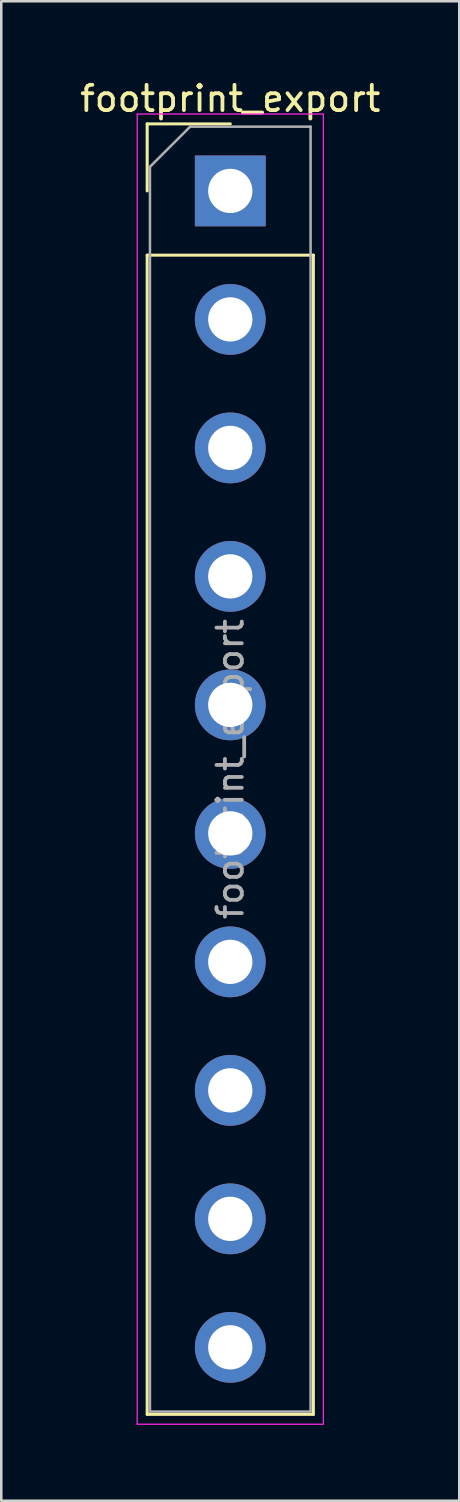
<source format=kicad_pcb>
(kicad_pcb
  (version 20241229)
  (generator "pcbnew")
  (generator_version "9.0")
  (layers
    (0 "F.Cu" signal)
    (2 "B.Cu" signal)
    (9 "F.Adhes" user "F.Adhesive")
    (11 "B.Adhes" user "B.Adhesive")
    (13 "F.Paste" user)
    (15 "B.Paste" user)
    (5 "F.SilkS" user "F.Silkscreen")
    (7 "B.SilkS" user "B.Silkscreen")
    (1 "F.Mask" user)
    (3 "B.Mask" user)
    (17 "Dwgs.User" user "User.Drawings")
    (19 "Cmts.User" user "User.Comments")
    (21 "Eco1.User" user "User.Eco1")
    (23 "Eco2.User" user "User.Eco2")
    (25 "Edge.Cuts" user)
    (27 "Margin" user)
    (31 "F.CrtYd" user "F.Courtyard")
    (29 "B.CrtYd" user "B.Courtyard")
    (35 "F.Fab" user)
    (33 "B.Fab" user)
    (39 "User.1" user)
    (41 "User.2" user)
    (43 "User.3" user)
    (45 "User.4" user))
  (footprint "footprint_export"
    (layer "F.Cu")
    (at 6.054 4.498)
    (property "Reference" "footprint_export" (at 0 -3.65 0) (layer "F.SilkS") (effects (font (size 1 1) (thickness 0.15))))
    (attr through_hole)
    (fp_line (start -3.285 -2.65) (end 0 -2.65) (stroke (width 0.12) (type solid)) (layer "F.SilkS"))
    (fp_line (start -3.285 0) (end -3.285 -2.65) (stroke (width 0.12) (type solid)) (layer "F.SilkS"))
    (fp_line (start -3.285 2.54) (end -3.285 48.37) (stroke (width 0.12) (type solid)) (layer "F.SilkS"))
    (fp_line (start -3.285 2.54) (end 3.285 2.54) (stroke (width 0.12) (type solid)) (layer "F.SilkS"))
    (fp_line (start -3.285 48.37) (end 3.285 48.37) (stroke (width 0.12) (type solid)) (layer "F.SilkS"))
    (fp_line (start 3.285 2.54) (end 3.285 48.37) (stroke (width 0.12) (type solid)) (layer "F.SilkS"))
    (fp_line (start -3.68 -3.04) (end -3.68 48.76) (stroke (width 0.05) (type solid)) (layer "F.CrtYd"))
    (fp_line (start -3.68 48.76) (end 3.68 48.76) (stroke (width 0.05) (type solid)) (layer "F.CrtYd"))
    (fp_line (start 3.68 -3.04) (end -3.68 -3.04) (stroke (width 0.05) (type solid)) (layer "F.CrtYd"))
    (fp_line (start 3.68 48.76) (end 3.68 -3.04) (stroke (width 0.05) (type solid)) (layer "F.CrtYd"))
    (fp_line (start -3.175 -0.953) (end -1.587 -2.54) (stroke (width 0.1) (type solid)) (layer "F.Fab"))
    (fp_line (start -3.175 48.26) (end -3.175 -0.953) (stroke (width 0.1) (type solid)) (layer "F.Fab"))
    (fp_line (start -1.587 -2.54) (end 3.175 -2.54) (stroke (width 0.1) (type solid)) (layer "F.Fab"))
    (fp_line (start 3.175 -2.54) (end 3.175 48.26) (stroke (width 0.1) (type solid)) (layer "F.Fab"))
    (fp_line (start 3.175 48.26) (end -3.175 48.26) (stroke (width 0.1) (type solid)) (layer "F.Fab"))
    (fp_text user "${REFERENCE}" (at 0 22.86 90) (layer "F.Fab") (effects (font (size 1 1) (thickness 0.15))))
    (pad "1" thru_hole rect (at 0 0) (size 2.8 2.8) (drill 1.75) (layers "*.Cu" "*.Mask"))
    (pad "2" thru_hole circle (at 0 5.08) (size 2.8 2.8) (drill 1.75) (layers "*.Cu" "*.Mask"))
    (pad "3" thru_hole circle (at 0 10.16) (size 2.8 2.8) (drill 1.75) (layers "*.Cu" "*.Mask"))
    (pad "4" thru_hole circle (at 0 15.24) (size 2.8 2.8) (drill 1.75) (layers "*.Cu" "*.Mask"))
    (pad "5" thru_hole circle (at 0 20.32) (size 2.8 2.8) (drill 1.75) (layers "*.Cu" "*.Mask"))
    (pad "6" thru_hole circle (at 0 25.4) (size 2.8 2.8) (drill 1.75) (layers "*.Cu" "*.Mask"))
    (pad "7" thru_hole circle (at 0 30.48) (size 2.8 2.8) (drill 1.75) (layers "*.Cu" "*.Mask"))
    (pad "8" thru_hole circle (at 0 35.56) (size 2.8 2.8) (drill 1.75) (layers "*.Cu" "*.Mask"))
    (pad "9" thru_hole circle (at 0 40.64) (size 2.8 2.8) (drill 1.75) (layers "*.Cu" "*.Mask"))
    (pad "10" thru_hole circle (at 0 45.72) (size 2.8 2.8) (drill 1.75) (layers "*.Cu" "*.Mask")))
  (gr_rect
    (start -3 -3)
    (end 15.107 56.283)
    (stroke (width 0.1) (type default))
    (fill no)
    (layer "Edge.Cuts")))
</source>
